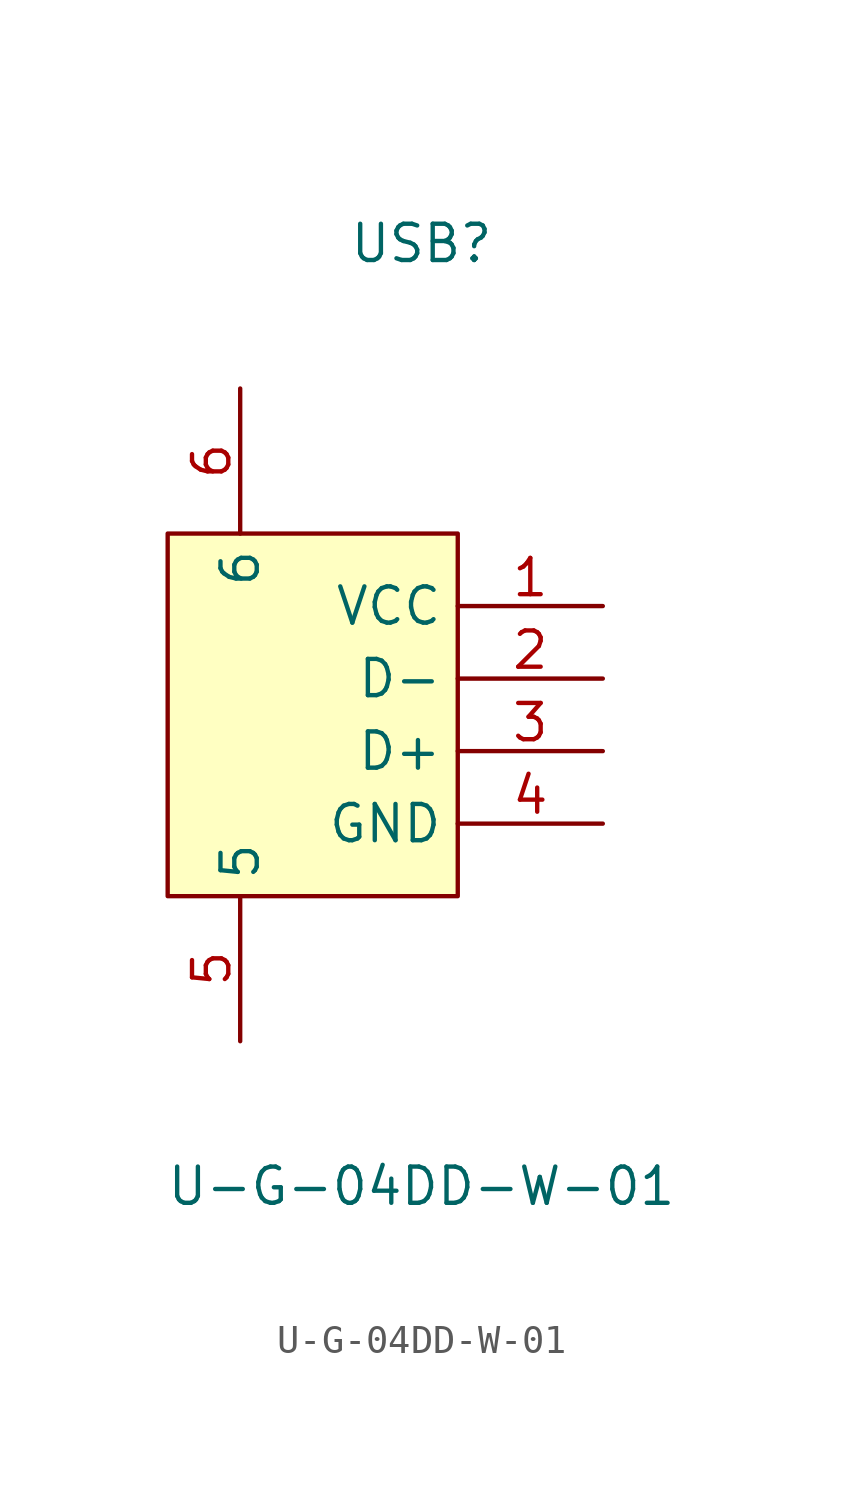
<source format=kicad_sym>
(kicad_symbol_lib
  (version 20211014)
  (generator https://github.com/uPesy/easyeda2kicad.py)
  (symbol "U-G-04DD-W-01"
    (property "Reference" "USB"
      (at 0 16.51 0)
      (effects (font (size 1.27 1.27))))
    (property "Value" "U-G-04DD-W-01"
      (at 0 -16.51 0)
      (effects (font (size 1.27 1.27))))
    (symbol "U-G-04DD-W-01_0_1"
      (rectangle (start -8.89 6.35) (end 1.27 -6.35) (stroke (width 0) (type default) (color 0 0 0 0)) (fill (type background)))
      (pin unspecified line (at -6.35 11.43 270) (length 5.08) (name "6" (effects (font (size 1.27 1.27)))) (number "6" (effects (font (size 1.27 1.27)))))
      (pin unspecified line (at -6.35 -11.43 90) (length 5.08) (name "5" (effects (font (size 1.27 1.27)))) (number "5" (effects (font (size 1.27 1.27)))))
      (pin unspecified line (at 6.35 -3.81 180) (length 5.08) (name "GND" (effects (font (size 1.27 1.27)))) (number "4" (effects (font (size 1.27 1.27)))))
      (pin unspecified line (at 6.35 -1.27 180) (length 5.08) (name "D+" (effects (font (size 1.27 1.27)))) (number "3" (effects (font (size 1.27 1.27)))))
      (pin unspecified line (at 6.35 1.27 180) (length 5.08) (name "D-" (effects (font (size 1.27 1.27)))) (number "2" (effects (font (size 1.27 1.27)))))
      (pin unspecified line (at 6.35 3.81 180) (length 5.08) (name "VCC" (effects (font (size 1.27 1.27)))) (number "1" (effects (font (size 1.27 1.27))))))))
</source>
